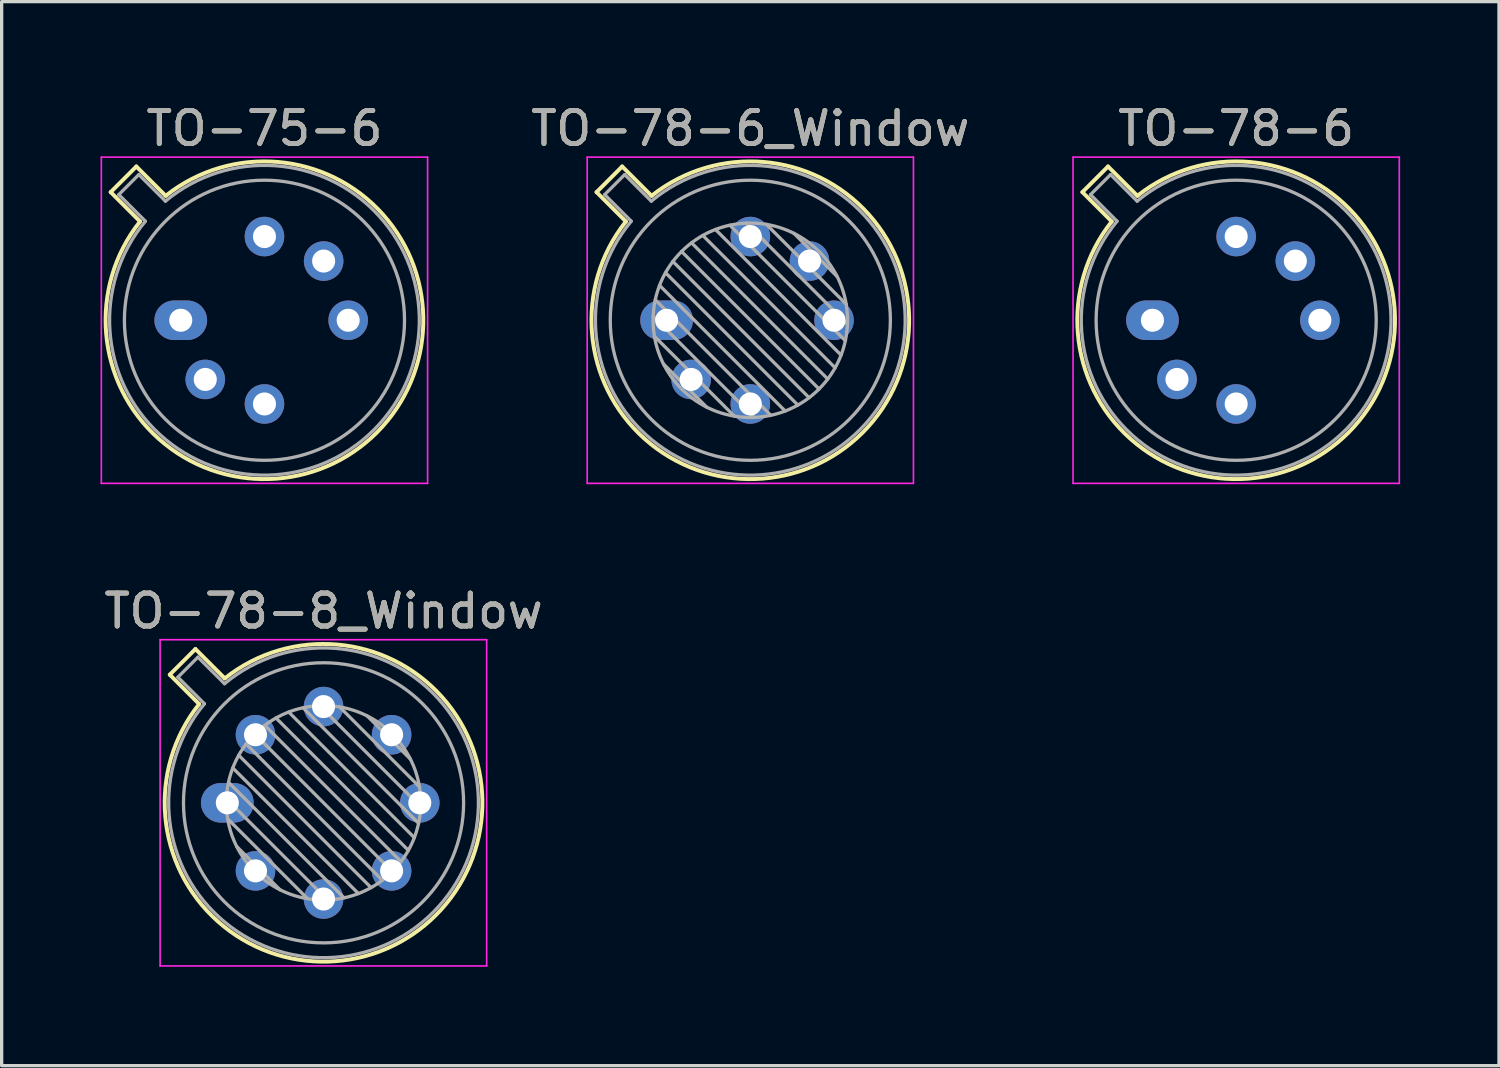
<source format=kicad_pcb>
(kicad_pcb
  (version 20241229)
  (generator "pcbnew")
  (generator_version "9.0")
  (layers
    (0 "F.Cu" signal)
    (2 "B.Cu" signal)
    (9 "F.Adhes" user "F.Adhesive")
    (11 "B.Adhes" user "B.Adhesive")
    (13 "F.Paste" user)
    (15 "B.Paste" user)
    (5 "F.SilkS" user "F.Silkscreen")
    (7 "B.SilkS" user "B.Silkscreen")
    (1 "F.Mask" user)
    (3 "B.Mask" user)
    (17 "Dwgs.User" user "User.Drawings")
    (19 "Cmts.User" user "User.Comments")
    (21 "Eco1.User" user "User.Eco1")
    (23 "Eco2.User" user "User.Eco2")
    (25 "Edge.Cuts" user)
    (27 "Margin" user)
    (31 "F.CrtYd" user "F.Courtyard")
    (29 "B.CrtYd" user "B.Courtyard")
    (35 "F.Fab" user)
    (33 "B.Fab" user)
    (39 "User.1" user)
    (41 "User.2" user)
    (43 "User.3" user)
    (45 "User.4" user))
  (footprint "TO-78-6_Window"
    (layer "F.Cu")
    (at 17.178 6.668)
    (property "Reference" "TO-78-6_Window" (at 2.54 -5.82 0) (layer "F.SilkS") (effects (font (size 1 1) (thickness 0.15))))
    (attr through_hole)
    (fp_line (start -2.126 -3.888) (end -1.235 -2.997) (stroke (width 0.12) (type solid)) (layer "F.SilkS"))
    (fp_line (start -1.348 -4.666) (end -2.126 -3.888) (stroke (width 0.12) (type solid)) (layer "F.SilkS"))
    (fp_line (start -0.457 -3.775) (end -1.348 -4.666) (stroke (width 0.12) (type solid)) (layer "F.SilkS"))
    (fp_arc (start -0.457084 -3.774902) (mid 5.948125 3.408384) (end -1.234674 -2.997371) (stroke (width 0.12) (type solid)) (layer "F.SilkS"))
    (fp_line (start -2.41 -4.95) (end -2.41 4.95) (stroke (width 0.05) (type solid)) (layer "F.CrtYd"))
    (fp_line (start -2.41 4.95) (end 7.49 4.95) (stroke (width 0.05) (type solid)) (layer "F.CrtYd"))
    (fp_line (start 7.49 -4.95) (end -2.41 -4.95) (stroke (width 0.05) (type solid)) (layer "F.CrtYd"))
    (fp_line (start 7.49 4.95) (end 7.49 -4.95) (stroke (width 0.05) (type solid)) (layer "F.CrtYd"))
    (fp_line (start -1.88 -3.812) (end -1.074 -3.005) (stroke (width 0.1) (type solid)) (layer "F.Fab"))
    (fp_line (start -1.272 -4.42) (end -1.88 -3.812) (stroke (width 0.1) (type solid)) (layer "F.Fab"))
    (fp_line (start -0.465 -3.614) (end -1.272 -4.42) (stroke (width 0.1) (type solid)) (layer "F.Fab"))
    (fp_line (start -0.408 -0.12) (end 2.66 2.948) (stroke (width 0.1) (type solid)) (layer "F.Fab"))
    (fp_line (start -0.371 0.485) (end 2.055 2.911) (stroke (width 0.1) (type solid)) (layer "F.Fab"))
    (fp_line (start -0.344 -0.622) (end 3.162 2.884) (stroke (width 0.1) (type solid)) (layer "F.Fab"))
    (fp_line (start -0.215 -1.058) (end 3.598 2.755) (stroke (width 0.1) (type solid)) (layer "F.Fab"))
    (fp_line (start -0.097 1.324) (end 1.216 2.637) (stroke (width 0.1) (type solid)) (layer "F.Fab"))
    (fp_line (start -0.034 -1.443) (end 3.983 2.574) (stroke (width 0.1) (type solid)) (layer "F.Fab"))
    (fp_line (start 0.19 -1.784) (end 4.324 2.35) (stroke (width 0.1) (type solid)) (layer "F.Fab"))
    (fp_line (start 0.454 -2.086) (end 4.626 2.086) (stroke (width 0.1) (type solid)) (layer "F.Fab"))
    (fp_line (start 0.756 -2.35) (end 4.89 1.784) (stroke (width 0.1) (type solid)) (layer "F.Fab"))
    (fp_line (start 1.097 -2.574) (end 5.114 1.443) (stroke (width 0.1) (type solid)) (layer "F.Fab"))
    (fp_line (start 1.482 -2.755) (end 5.295 1.058) (stroke (width 0.1) (type solid)) (layer "F.Fab"))
    (fp_line (start 1.918 -2.884) (end 5.424 0.622) (stroke (width 0.1) (type solid)) (layer "F.Fab"))
    (fp_line (start 2.42 -2.948) (end 5.488 0.12) (stroke (width 0.1) (type solid)) (layer "F.Fab"))
    (fp_line (start 3.025 -2.911) (end 5.451 -0.485) (stroke (width 0.1) (type solid)) (layer "F.Fab"))
    (fp_line (start 3.864 -2.637) (end 5.177 -1.324) (stroke (width 0.1) (type solid)) (layer "F.Fab"))
    (fp_arc (start -0.465408 -3.61352) (mid 5.863443 3.323361) (end -1.073594 -3.005319) (stroke (width 0.1) (type solid)) (layer "F.Fab"))
    (fp_circle (center 2.54 0) (end 5.49 0) (stroke (width 0.1) (type solid)) (fill no) (layer "F.Fab"))
    (fp_circle (center 2.54 0) (end 6.79 0) (stroke (width 0.1) (type solid)) (fill no) (layer "F.Fab"))
    (fp_text user "${REFERENCE}" (at 2.54 -5.82 0) (layer "F.Fab") (effects (font (size 1 1) (thickness 0.15))))
    (pad "1" thru_hole oval (at 0 0) (size 1.6 1.2) (drill 0.7) (layers "*.Cu" "*.Mask"))
    (pad "2" thru_hole oval (at 0.744 1.796) (size 1.2 1.2) (drill 0.7) (layers "*.Cu" "*.Mask"))
    (pad "3" thru_hole oval (at 2.54 2.54) (size 1.2 1.2) (drill 0.7) (layers "*.Cu" "*.Mask"))
    (pad "4" thru_hole oval (at 5.08 0) (size 1.2 1.2) (drill 0.7) (layers "*.Cu" "*.Mask"))
    (pad "5" thru_hole oval (at 4.336 -1.796) (size 1.2 1.2) (drill 0.7) (layers "*.Cu" "*.Mask"))
    (pad "6" thru_hole oval (at 2.54 -2.54) (size 1.2 1.2) (drill 0.7) (layers "*.Cu" "*.Mask")))
  (footprint "TO-78-8_Window"
    (layer "F.Cu")
    (at 3.848 21.311)
    (property "Reference" "TO-78-8_Window" (at 2.92 -5.82 0) (layer "F.SilkS") (effects (font (size 1 1) (thickness 0.15))))
    (attr through_hole)
    (fp_line (start -1.746 -3.888) (end -0.855 -2.997) (stroke (width 0.12) (type solid)) (layer "F.SilkS"))
    (fp_line (start -0.968 -4.666) (end -1.746 -3.888) (stroke (width 0.12) (type solid)) (layer "F.SilkS"))
    (fp_line (start -0.077 -3.775) (end -0.968 -4.666) (stroke (width 0.12) (type solid)) (layer "F.SilkS"))
    (fp_arc (start -0.077084 -3.774902) (mid 6.328125 3.408384) (end -0.854674 -2.997371) (stroke (width 0.12) (type solid)) (layer "F.SilkS"))
    (fp_line (start -2.04 -4.95) (end -2.04 4.95) (stroke (width 0.05) (type solid)) (layer "F.CrtYd"))
    (fp_line (start -2.04 4.95) (end 7.87 4.95) (stroke (width 0.05) (type solid)) (layer "F.CrtYd"))
    (fp_line (start 7.87 -4.95) (end -2.04 -4.95) (stroke (width 0.05) (type solid)) (layer "F.CrtYd"))
    (fp_line (start 7.87 4.95) (end 7.87 -4.95) (stroke (width 0.05) (type solid)) (layer "F.CrtYd"))
    (fp_line (start -1.5 -3.812) (end -0.694 -3.005) (stroke (width 0.1) (type solid)) (layer "F.Fab"))
    (fp_line (start -0.892 -4.42) (end -1.5 -3.812) (stroke (width 0.1) (type solid)) (layer "F.Fab"))
    (fp_line (start -0.085 -3.614) (end -0.892 -4.42) (stroke (width 0.1) (type solid)) (layer "F.Fab"))
    (fp_line (start -0.028 -0.12) (end 3.04 2.948) (stroke (width 0.1) (type solid)) (layer "F.Fab"))
    (fp_line (start 0.009 0.485) (end 2.435 2.911) (stroke (width 0.1) (type solid)) (layer "F.Fab"))
    (fp_line (start 0.036 -0.622) (end 3.542 2.884) (stroke (width 0.1) (type solid)) (layer "F.Fab"))
    (fp_line (start 0.165 -1.058) (end 3.978 2.755) (stroke (width 0.1) (type solid)) (layer "F.Fab"))
    (fp_line (start 0.283 1.324) (end 1.596 2.637) (stroke (width 0.1) (type solid)) (layer "F.Fab"))
    (fp_line (start 0.346 -1.443) (end 4.363 2.574) (stroke (width 0.1) (type solid)) (layer "F.Fab"))
    (fp_line (start 0.57 -1.784) (end 4.704 2.35) (stroke (width 0.1) (type solid)) (layer "F.Fab"))
    (fp_line (start 0.834 -2.086) (end 5.006 2.086) (stroke (width 0.1) (type solid)) (layer "F.Fab"))
    (fp_line (start 1.136 -2.35) (end 5.27 1.784) (stroke (width 0.1) (type solid)) (layer "F.Fab"))
    (fp_line (start 1.477 -2.574) (end 5.494 1.443) (stroke (width 0.1) (type solid)) (layer "F.Fab"))
    (fp_line (start 1.862 -2.755) (end 5.675 1.058) (stroke (width 0.1) (type solid)) (layer "F.Fab"))
    (fp_line (start 2.298 -2.884) (end 5.804 0.622) (stroke (width 0.1) (type solid)) (layer "F.Fab"))
    (fp_line (start 2.8 -2.948) (end 5.868 0.12) (stroke (width 0.1) (type solid)) (layer "F.Fab"))
    (fp_line (start 3.405 -2.911) (end 5.831 -0.485) (stroke (width 0.1) (type solid)) (layer "F.Fab"))
    (fp_line (start 4.244 -2.637) (end 5.557 -1.324) (stroke (width 0.1) (type solid)) (layer "F.Fab"))
    (fp_arc (start -0.085408 -3.61352) (mid 6.243443 3.323361) (end -0.693594 -3.005319) (stroke (width 0.1) (type solid)) (layer "F.Fab"))
    (fp_circle (center 2.92 0) (end 5.87 0) (stroke (width 0.1) (type solid)) (fill no) (layer "F.Fab"))
    (fp_circle (center 2.92 0) (end 7.17 0) (stroke (width 0.1) (type solid)) (fill no) (layer "F.Fab"))
    (fp_text user "${REFERENCE}" (at 2.92 -5.82 0) (layer "F.Fab") (effects (font (size 1 1) (thickness 0.15))))
    (pad "1" thru_hole oval (at 0 0) (size 1.6 1.2) (drill 0.7) (layers "*.Cu" "*.Mask"))
    (pad "2" thru_hole oval (at 0.855 2.065) (size 1.2 1.2) (drill 0.7) (layers "*.Cu" "*.Mask"))
    (pad "3" thru_hole oval (at 2.92 2.92) (size 1.2 1.2) (drill 0.7) (layers "*.Cu" "*.Mask"))
    (pad "4" thru_hole oval (at 4.985 2.065) (size 1.2 1.2) (drill 0.7) (layers "*.Cu" "*.Mask"))
    (pad "5" thru_hole oval (at 5.84 0) (size 1.2 1.2) (drill 0.7) (layers "*.Cu" "*.Mask"))
    (pad "6" thru_hole oval (at 4.985 -2.065) (size 1.2 1.2) (drill 0.7) (layers "*.Cu" "*.Mask"))
    (pad "7" thru_hole oval (at 2.92 -2.92) (size 1.2 1.2) (drill 0.7) (layers "*.Cu" "*.Mask"))
    (pad "8" thru_hole oval (at 0.855 -2.065) (size 1.2 1.2) (drill 0.7) (layers "*.Cu" "*.Mask")))
  (footprint "TO-78-6"
    (layer "F.Cu")
    (at 31.921 6.668)
    (property "Reference" "TO-78-6" (at 2.54 -5.82 0) (layer "F.SilkS") (effects (font (size 1 1) (thickness 0.15))))
    (attr through_hole)
    (fp_line (start -2.126 -3.888) (end -1.235 -2.997) (stroke (width 0.12) (type solid)) (layer "F.SilkS"))
    (fp_line (start -1.348 -4.666) (end -2.126 -3.888) (stroke (width 0.12) (type solid)) (layer "F.SilkS"))
    (fp_line (start -0.457 -3.775) (end -1.348 -4.666) (stroke (width 0.12) (type solid)) (layer "F.SilkS"))
    (fp_arc (start -0.457084 -3.774902) (mid 5.948125 3.408384) (end -1.234674 -2.997371) (stroke (width 0.12) (type solid)) (layer "F.SilkS"))
    (fp_line (start -2.41 -4.95) (end -2.41 4.95) (stroke (width 0.05) (type solid)) (layer "F.CrtYd"))
    (fp_line (start -2.41 4.95) (end 7.49 4.95) (stroke (width 0.05) (type solid)) (layer "F.CrtYd"))
    (fp_line (start 7.49 -4.95) (end -2.41 -4.95) (stroke (width 0.05) (type solid)) (layer "F.CrtYd"))
    (fp_line (start 7.49 4.95) (end 7.49 -4.95) (stroke (width 0.05) (type solid)) (layer "F.CrtYd"))
    (fp_line (start -1.88 -3.812) (end -1.074 -3.005) (stroke (width 0.1) (type solid)) (layer "F.Fab"))
    (fp_line (start -1.272 -4.42) (end -1.88 -3.812) (stroke (width 0.1) (type solid)) (layer "F.Fab"))
    (fp_line (start -0.465 -3.614) (end -1.272 -4.42) (stroke (width 0.1) (type solid)) (layer "F.Fab"))
    (fp_arc (start -0.465408 -3.61352) (mid 5.863443 3.323361) (end -1.073594 -3.005319) (stroke (width 0.1) (type solid)) (layer "F.Fab"))
    (fp_circle (center 2.54 0) (end 6.79 0) (stroke (width 0.1) (type solid)) (fill no) (layer "F.Fab"))
    (fp_text user "${REFERENCE}" (at 2.54 -5.82 0) (layer "F.Fab") (effects (font (size 1 1) (thickness 0.15))))
    (pad "1" thru_hole oval (at 0 0) (size 1.6 1.2) (drill 0.7) (layers "*.Cu" "*.Mask"))
    (pad "2" thru_hole oval (at 0.744 1.796) (size 1.2 1.2) (drill 0.7) (layers "*.Cu" "*.Mask"))
    (pad "3" thru_hole oval (at 2.54 2.54) (size 1.2 1.2) (drill 0.7) (layers "*.Cu" "*.Mask"))
    (pad "4" thru_hole oval (at 5.08 0) (size 1.2 1.2) (drill 0.7) (layers "*.Cu" "*.Mask"))
    (pad "5" thru_hole oval (at 4.336 -1.796) (size 1.2 1.2) (drill 0.7) (layers "*.Cu" "*.Mask"))
    (pad "6" thru_hole oval (at 2.54 -2.54) (size 1.2 1.2) (drill 0.7) (layers "*.Cu" "*.Mask")))
  (footprint "TO-75-6"
    (layer "F.Cu")
    (at 2.435 6.668)
    (property "Reference" "TO-75-6" (at 2.54 -5.82 0) (layer "F.SilkS") (effects (font (size 1 1) (thickness 0.15))))
    (attr through_hole)
    (fp_line (start -2.126 -3.888) (end -1.235 -2.997) (stroke (width 0.12) (type solid)) (layer "F.SilkS"))
    (fp_line (start -1.348 -4.666) (end -2.126 -3.888) (stroke (width 0.12) (type solid)) (layer "F.SilkS"))
    (fp_line (start -0.457 -3.775) (end -1.348 -4.666) (stroke (width 0.12) (type solid)) (layer "F.SilkS"))
    (fp_arc (start -0.457084 -3.774902) (mid 5.948125 3.408384) (end -1.234674 -2.997371) (stroke (width 0.12) (type solid)) (layer "F.SilkS"))
    (fp_line (start -2.41 -4.95) (end -2.41 4.95) (stroke (width 0.05) (type solid)) (layer "F.CrtYd"))
    (fp_line (start -2.41 4.95) (end 7.49 4.95) (stroke (width 0.05) (type solid)) (layer "F.CrtYd"))
    (fp_line (start 7.49 -4.95) (end -2.41 -4.95) (stroke (width 0.05) (type solid)) (layer "F.CrtYd"))
    (fp_line (start 7.49 4.95) (end 7.49 -4.95) (stroke (width 0.05) (type solid)) (layer "F.CrtYd"))
    (fp_line (start -1.88 -3.812) (end -1.074 -3.005) (stroke (width 0.1) (type solid)) (layer "F.Fab"))
    (fp_line (start -1.272 -4.42) (end -1.88 -3.812) (stroke (width 0.1) (type solid)) (layer "F.Fab"))
    (fp_line (start -0.465 -3.614) (end -1.272 -4.42) (stroke (width 0.1) (type solid)) (layer "F.Fab"))
    (fp_arc (start -0.465408 -3.61352) (mid 5.863443 3.323361) (end -1.073594 -3.005319) (stroke (width 0.1) (type solid)) (layer "F.Fab"))
    (fp_circle (center 2.54 0) (end 6.79 0) (stroke (width 0.1) (type solid)) (fill no) (layer "F.Fab"))
    (fp_text user "${REFERENCE}" (at 2.54 -5.82 0) (layer "F.Fab") (effects (font (size 1 1) (thickness 0.15))))
    (pad "1" thru_hole oval (at 0 0) (size 1.6 1.2) (drill 0.7) (layers "*.Cu" "*.Mask"))
    (pad "2" thru_hole oval (at 0.744 1.796) (size 1.2 1.2) (drill 0.7) (layers "*.Cu" "*.Mask"))
    (pad "3" thru_hole oval (at 2.54 2.54) (size 1.2 1.2) (drill 0.7) (layers "*.Cu" "*.Mask"))
    (pad "4" thru_hole oval (at 5.08 0) (size 1.2 1.2) (drill 0.7) (layers "*.Cu" "*.Mask"))
    (pad "5" thru_hole oval (at 4.336 -1.796) (size 1.2 1.2) (drill 0.7) (layers "*.Cu" "*.Mask"))
    (pad "6" thru_hole oval (at 2.54 -2.54) (size 1.2 1.2) (drill 0.7) (layers "*.Cu" "*.Mask")))
  (gr_rect
    (start -3 -3)
    (end 42.436 29.287)
    (stroke (width 0.1) (type default))
    (fill no)
    (layer "Edge.Cuts")))
</source>
